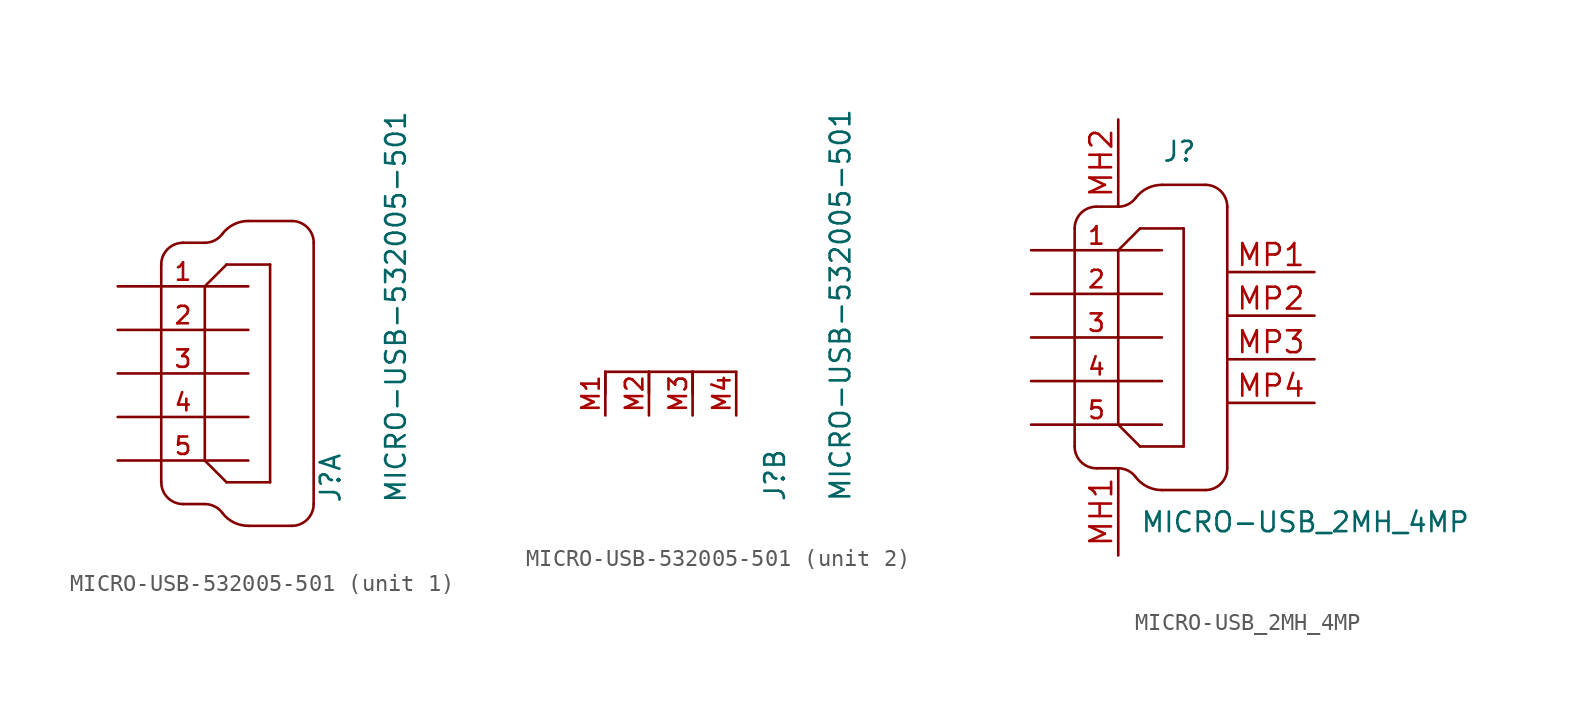
<source format=kicad_sym>
(kicad_symbol_lib
  (version 20220914)
  (generator kicad_symbol_editor)
  (symbol "MICRO-USB-532005-501"
    (pin_names
      (offset 1.016) hide)
    (property "Reference" "J"
      (at 8.001 -7.62 90)
      (effects (font (size 1.143 1.143)) (justify left bottom)))
    (property "Value" "MICRO-USB-532005-501"
      (at 11.811 -7.62 90)
      (effects (font (size 1.143 1.143)) (justify left bottom)))
    (property "ki_locked" ""
      (at 0 0 0)
      (effects (font (size 1.27 1.27))))
    (symbol "MICRO-USB-532005-501_1_0"
      (polyline (pts (xy -2.54 6.35) (xy -2.54 -6.35)) (stroke (width 0) (type default)) (fill (type none)))
      (polyline (pts (xy -1.27 -7.62) (xy 0 -7.62)) (stroke (width 0) (type default)) (fill (type none)))
      (polyline (pts (xy -1.27 7.62) (xy 0 7.62)) (stroke (width 0) (type default)) (fill (type none)))
      (polyline (pts (xy 0 -5.08) (xy 1.27 -6.35)) (stroke (width 0) (type default)) (fill (type none)))
      (polyline (pts (xy 0 5.08) (xy 0 -5.08)) (stroke (width 0) (type default)) (fill (type none)))
      (polyline (pts (xy 1.27 -6.35) (xy 3.81 -6.35)) (stroke (width 0) (type default)) (fill (type none)))
      (polyline (pts (xy 1.27 6.35) (xy 0 5.08)) (stroke (width 0) (type default)) (fill (type none)))
      (polyline (pts (xy 2.54 -8.89) (xy 5.08 -8.89)) (stroke (width 0) (type default)) (fill (type none)))
      (polyline (pts (xy 2.54 8.89) (xy 5.08 8.89)) (stroke (width 0) (type default)) (fill (type none)))
      (polyline (pts (xy 3.81 -6.35) (xy 3.81 6.35)) (stroke (width 0) (type default)) (fill (type none)))
      (polyline (pts (xy 3.81 6.35) (xy 1.27 6.35)) (stroke (width 0) (type default)) (fill (type none)))
      (polyline (pts (xy 6.35 -7.62) (xy 6.35 7.62)) (stroke (width 0) (type default)) (fill (type none))))
    (symbol "MICRO-USB-532005-501_1_1"
      (arc (start -2.54 -6.35) (mid -2.168 -7.248) (end -1.27 -7.62) (stroke (width 0) (type default)) (fill (type none)))
      (arc (start -1.27 7.62) (mid -2.168 7.248) (end -2.54 6.35) (stroke (width 0) (type default)) (fill (type none)))
      (arc (start 0 7.62) (mid 0.568 7.7541) (end 1.016 8.128) (stroke (width 0) (type default)) (fill (type none)))
      (arc (start 1.016 -8.128) (mid 0.568 -7.7541) (end 0 -7.62) (stroke (width 0) (type default)) (fill (type none)))
      (arc (start 1.016 -8.128) (mid 1.6881 -8.6889) (end 2.54 -8.89) (stroke (width 0) (type default)) (fill (type none)))
      (arc (start 2.54 8.89) (mid 1.6881 8.6889) (end 1.016 8.128) (stroke (width 0) (type default)) (fill (type none)))
      (arc (start 5.08 -8.89) (mid 5.978 -8.518) (end 6.35 -7.62) (stroke (width 0) (type default)) (fill (type none)))
      (arc (start 6.35 7.62) (mid 5.978 8.518) (end 5.08 8.89) (stroke (width 0) (type default)) (fill (type none)))
      (pin passive line (at -5.08 5.08 0) (length 7.62) (name "1" (effects (font (size 1.016 1.016)))) (number "1" (effects (font (size 1.016 1.016)))))
      (pin passive line (at -5.08 2.54 0) (length 7.62) (name "2" (effects (font (size 1.016 1.016)))) (number "2" (effects (font (size 1.016 1.016)))))
      (pin passive line (at -5.08 0 0) (length 7.62) (name "3" (effects (font (size 1.016 1.016)))) (number "3" (effects (font (size 1.016 1.016)))))
      (pin passive line (at -5.08 -2.54 0) (length 7.62) (name "4" (effects (font (size 1.016 1.016)))) (number "4" (effects (font (size 1.016 1.016)))))
      (pin passive line (at -5.08 -5.08 0) (length 7.62) (name "5" (effects (font (size 1.016 1.016)))) (number "5" (effects (font (size 1.016 1.016))))))
    (symbol "MICRO-USB-532005-501_2_0"
      (polyline (pts (xy -2.54 -1.27) (xy -2.54 0)) (stroke (width 0) (type default)) (fill (type none)))
      (polyline (pts (xy -2.54 0) (xy 0 0)) (stroke (width 0) (type default)) (fill (type none)))
      (polyline (pts (xy 0 -1.27) (xy 0 0)) (stroke (width 0) (type default)) (fill (type none)))
      (polyline (pts (xy 0 0) (xy 2.54 0)) (stroke (width 0) (type default)) (fill (type none)))
      (polyline (pts (xy 2.54 -1.27) (xy 2.54 0)) (stroke (width 0) (type default)) (fill (type none)))
      (polyline (pts (xy 2.54 0) (xy 5.08 0)) (stroke (width 0) (type default)) (fill (type none))))
    (symbol "MICRO-USB-532005-501_2_1"
      (pin passive line (at -2.54 -2.54 90) (length 2.54) (name "S1" (effects (font (size 1.016 1.016)))) (number "M1" (effects (font (size 1.016 1.016)))))
      (pin passive line (at 0 -2.54 90) (length 2.54) (name "S2" (effects (font (size 1.016 1.016)))) (number "M2" (effects (font (size 1.016 1.016)))))
      (pin passive line (at 2.54 -2.54 90) (length 2.54) (name "S3" (effects (font (size 1.016 1.016)))) (number "M3" (effects (font (size 1.016 1.016)))))
      (pin passive line (at 5.08 -2.54 90) (length 2.54) (name "S4" (effects (font (size 1.016 1.016)))) (number "M4" (effects (font (size 1.016 1.016)))))))
  (symbol "MICRO-USB_2MH_4MP"
    (pin_names
      (offset 1.016) hide)
    (property "Reference" "J"
      (at 2.54 10.16 0)
      (effects (font (size 1.143 1.143)) (justify left bottom)))
    (property "Value" "MICRO-USB_2MH_4MP"
      (at 1.27 -11.43 0)
      (effects (font (size 1.143 1.143)) (justify left bottom)))
    (symbol "MICRO-USB_2MH_4MP_0_0"
      (pin passive line (at 0 -12.7 90) (length 5.08) (name "MountingHole" (effects (font (size 1.27 1.27)))) (number "MH1" (effects (font (size 1.27 1.27)))))
      (pin passive line (at 0 12.7 270) (length 5.08) (name "MountingHole" (effects (font (size 1.27 1.27)))) (number "MH2" (effects (font (size 1.27 1.27)))))
      (pin passive line (at 11.43 3.81 180) (length 5.08) (name "MountingPad" (effects (font (size 1.27 1.27)))) (number "MP1" (effects (font (size 1.27 1.27)))))
      (pin passive line (at 11.43 1.27 180) (length 5.08) (name "MountingPad" (effects (font (size 1.27 1.27)))) (number "MP2" (effects (font (size 1.27 1.27)))))
      (pin passive line (at 11.43 -1.27 180) (length 5.08) (name "MountingPad" (effects (font (size 1.27 1.27)))) (number "MP3" (effects (font (size 1.27 1.27)))))
      (pin passive line (at 11.43 -3.81 180) (length 5.08) (name "MountingPad" (effects (font (size 1.27 1.27)))) (number "MP4" (effects (font (size 1.27 1.27))))))
    (symbol "MICRO-USB_2MH_4MP_1_0"
      (polyline (pts (xy -2.54 6.35) (xy -2.54 -6.35)) (stroke (width 0) (type default)) (fill (type none)))
      (polyline (pts (xy -1.27 -7.62) (xy 0 -7.62)) (stroke (width 0) (type default)) (fill (type none)))
      (polyline (pts (xy -1.27 7.62) (xy 0 7.62)) (stroke (width 0) (type default)) (fill (type none)))
      (polyline (pts (xy 0 -5.08) (xy 1.27 -6.35)) (stroke (width 0) (type default)) (fill (type none)))
      (polyline (pts (xy 0 5.08) (xy 0 -5.08)) (stroke (width 0) (type default)) (fill (type none)))
      (polyline (pts (xy 1.27 -6.35) (xy 3.81 -6.35)) (stroke (width 0) (type default)) (fill (type none)))
      (polyline (pts (xy 1.27 6.35) (xy 0 5.08)) (stroke (width 0) (type default)) (fill (type none)))
      (polyline (pts (xy 2.54 -8.89) (xy 5.08 -8.89)) (stroke (width 0) (type default)) (fill (type none)))
      (polyline (pts (xy 2.54 8.89) (xy 5.08 8.89)) (stroke (width 0) (type default)) (fill (type none)))
      (polyline (pts (xy 3.81 -6.35) (xy 3.81 6.35)) (stroke (width 0) (type default)) (fill (type none)))
      (polyline (pts (xy 3.81 6.35) (xy 1.27 6.35)) (stroke (width 0) (type default)) (fill (type none)))
      (polyline (pts (xy 6.35 -7.62) (xy 6.35 7.62)) (stroke (width 0) (type default)) (fill (type none))))
    (symbol "MICRO-USB_2MH_4MP_1_1"
      (arc (start -2.54 -6.35) (mid -2.168 -7.248) (end -1.27 -7.62) (stroke (width 0) (type default)) (fill (type none)))
      (arc (start -1.27 7.62) (mid -2.168 7.248) (end -2.54 6.35) (stroke (width 0) (type default)) (fill (type none)))
      (arc (start 0 7.62) (mid 0.568 7.7541) (end 1.016 8.128) (stroke (width 0) (type default)) (fill (type none)))
      (arc (start 1.016 -8.128) (mid 0.568 -7.7541) (end 0 -7.62) (stroke (width 0) (type default)) (fill (type none)))
      (arc (start 1.016 -8.128) (mid 1.6881 -8.6889) (end 2.54 -8.89) (stroke (width 0) (type default)) (fill (type none)))
      (arc (start 2.54 8.89) (mid 1.6881 8.6889) (end 1.016 8.128) (stroke (width 0) (type default)) (fill (type none)))
      (arc (start 5.08 -8.89) (mid 5.978 -8.518) (end 6.35 -7.62) (stroke (width 0) (type default)) (fill (type none)))
      (arc (start 6.35 7.62) (mid 5.978 8.518) (end 5.08 8.89) (stroke (width 0) (type default)) (fill (type none)))
      (pin passive line (at -5.08 5.08 0) (length 7.62) (name "1" (effects (font (size 1.016 1.016)))) (number "1" (effects (font (size 1.016 1.016)))))
      (pin passive line (at -5.08 2.54 0) (length 7.62) (name "2" (effects (font (size 1.016 1.016)))) (number "2" (effects (font (size 1.016 1.016)))))
      (pin passive line (at -5.08 0 0) (length 7.62) (name "3" (effects (font (size 1.016 1.016)))) (number "3" (effects (font (size 1.016 1.016)))))
      (pin passive line (at -5.08 -2.54 0) (length 7.62) (name "4" (effects (font (size 1.016 1.016)))) (number "4" (effects (font (size 1.016 1.016)))))
      (pin passive line (at -5.08 -5.08 0) (length 7.62) (name "5" (effects (font (size 1.016 1.016)))) (number "5" (effects (font (size 1.016 1.016))))))))
</source>
